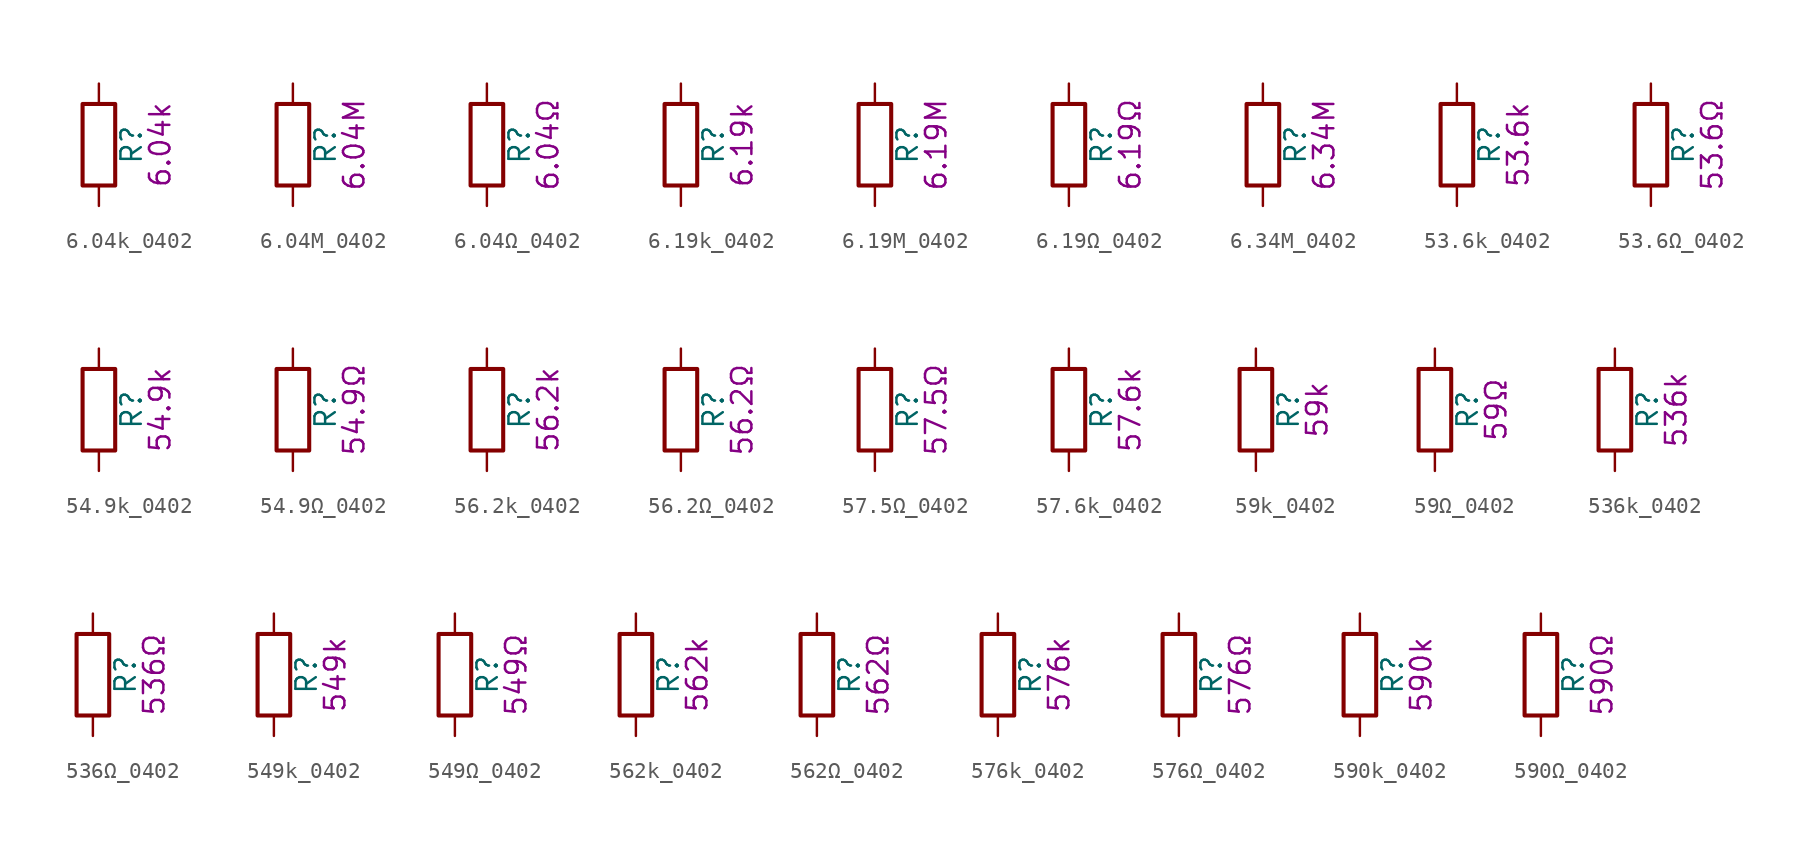
<source format=kicad_sym>
(kicad_symbol_lib
  (version 20211014)
  (generator kicad_symbol_editor)
  (symbol "6.04k_0402"
    (pin_numbers hide)
    (pin_names
      (offset 0))
    (property "Reference" "R"
      (at 2.032 0 90)
      (effects (font (size 1.27 1.27))))
    (property "Display" "6.04k"
      (at 3.81 0 90)
      (effects (font (size 1.27 1.27))))
    (symbol "6.04k_0402_0_1"
      (rectangle (start -1.016 -2.54) (end 1.016 2.54) (stroke (width 0.254) (type default) (color 0 0 0 0)) (fill (type none))))
    (symbol "6.04k_0402_1_1"
      (pin passive line (at 0 3.81 270) (length 1.27) (name "~" (effects (font (size 1.27 1.27)))) (number "1" (effects (font (size 1.27 1.27)))))
      (pin passive line (at 0 -3.81 90) (length 1.27) (name "~" (effects (font (size 1.27 1.27)))) (number "2" (effects (font (size 1.27 1.27)))))))
  (symbol "6.04M_0402"
    (pin_numbers hide)
    (pin_names
      (offset 0))
    (property "Reference" "R"
      (at 2.032 0 90)
      (effects (font (size 1.27 1.27))))
    (property "Display" "6.04M"
      (at 3.81 0 90)
      (effects (font (size 1.27 1.27))))
    (symbol "6.04M_0402_0_1"
      (rectangle (start -1.016 -2.54) (end 1.016 2.54) (stroke (width 0.254) (type default) (color 0 0 0 0)) (fill (type none))))
    (symbol "6.04M_0402_1_1"
      (pin passive line (at 0 3.81 270) (length 1.27) (name "~" (effects (font (size 1.27 1.27)))) (number "1" (effects (font (size 1.27 1.27)))))
      (pin passive line (at 0 -3.81 90) (length 1.27) (name "~" (effects (font (size 1.27 1.27)))) (number "2" (effects (font (size 1.27 1.27)))))))
  (symbol "6.04Ω_0402"
    (pin_numbers hide)
    (pin_names
      (offset 0))
    (property "Reference" "R"
      (at 2.032 0 90)
      (effects (font (size 1.27 1.27))))
    (property "Display" "6.04Ω"
      (at 3.81 0 90)
      (effects (font (size 1.27 1.27))))
    (symbol "6.04Ω_0402_0_1"
      (rectangle (start -1.016 -2.54) (end 1.016 2.54) (stroke (width 0.254) (type default) (color 0 0 0 0)) (fill (type none))))
    (symbol "6.04Ω_0402_1_1"
      (pin passive line (at 0 3.81 270) (length 1.27) (name "~" (effects (font (size 1.27 1.27)))) (number "1" (effects (font (size 1.27 1.27)))))
      (pin passive line (at 0 -3.81 90) (length 1.27) (name "~" (effects (font (size 1.27 1.27)))) (number "2" (effects (font (size 1.27 1.27)))))))
  (symbol "6.19k_0402"
    (pin_numbers hide)
    (pin_names
      (offset 0))
    (property "Reference" "R"
      (at 2.032 0 90)
      (effects (font (size 1.27 1.27))))
    (property "Display" "6.19k"
      (at 3.81 0 90)
      (effects (font (size 1.27 1.27))))
    (symbol "6.19k_0402_0_1"
      (rectangle (start -1.016 -2.54) (end 1.016 2.54) (stroke (width 0.254) (type default) (color 0 0 0 0)) (fill (type none))))
    (symbol "6.19k_0402_1_1"
      (pin passive line (at 0 3.81 270) (length 1.27) (name "~" (effects (font (size 1.27 1.27)))) (number "1" (effects (font (size 1.27 1.27)))))
      (pin passive line (at 0 -3.81 90) (length 1.27) (name "~" (effects (font (size 1.27 1.27)))) (number "2" (effects (font (size 1.27 1.27)))))))
  (symbol "6.19M_0402"
    (pin_numbers hide)
    (pin_names
      (offset 0))
    (property "Reference" "R"
      (at 2.032 0 90)
      (effects (font (size 1.27 1.27))))
    (property "Display" "6.19M"
      (at 3.81 0 90)
      (effects (font (size 1.27 1.27))))
    (symbol "6.19M_0402_0_1"
      (rectangle (start -1.016 -2.54) (end 1.016 2.54) (stroke (width 0.254) (type default) (color 0 0 0 0)) (fill (type none))))
    (symbol "6.19M_0402_1_1"
      (pin passive line (at 0 3.81 270) (length 1.27) (name "~" (effects (font (size 1.27 1.27)))) (number "1" (effects (font (size 1.27 1.27)))))
      (pin passive line (at 0 -3.81 90) (length 1.27) (name "~" (effects (font (size 1.27 1.27)))) (number "2" (effects (font (size 1.27 1.27)))))))
  (symbol "6.19Ω_0402"
    (pin_numbers hide)
    (pin_names
      (offset 0))
    (property "Reference" "R"
      (at 2.032 0 90)
      (effects (font (size 1.27 1.27))))
    (property "Display" "6.19Ω"
      (at 3.81 0 90)
      (effects (font (size 1.27 1.27))))
    (symbol "6.19Ω_0402_0_1"
      (rectangle (start -1.016 -2.54) (end 1.016 2.54) (stroke (width 0.254) (type default) (color 0 0 0 0)) (fill (type none))))
    (symbol "6.19Ω_0402_1_1"
      (pin passive line (at 0 3.81 270) (length 1.27) (name "~" (effects (font (size 1.27 1.27)))) (number "1" (effects (font (size 1.27 1.27)))))
      (pin passive line (at 0 -3.81 90) (length 1.27) (name "~" (effects (font (size 1.27 1.27)))) (number "2" (effects (font (size 1.27 1.27)))))))
  (symbol "6.34M_0402"
    (pin_numbers hide)
    (pin_names
      (offset 0))
    (property "Reference" "R"
      (at 2.032 0 90)
      (effects (font (size 1.27 1.27))))
    (property "Display" "6.34M"
      (at 3.81 0 90)
      (effects (font (size 1.27 1.27))))
    (symbol "6.34M_0402_0_1"
      (rectangle (start -1.016 -2.54) (end 1.016 2.54) (stroke (width 0.254) (type default) (color 0 0 0 0)) (fill (type none))))
    (symbol "6.34M_0402_1_1"
      (pin passive line (at 0 3.81 270) (length 1.27) (name "~" (effects (font (size 1.27 1.27)))) (number "1" (effects (font (size 1.27 1.27)))))
      (pin passive line (at 0 -3.81 90) (length 1.27) (name "~" (effects (font (size 1.27 1.27)))) (number "2" (effects (font (size 1.27 1.27)))))))
  (symbol "53.6k_0402"
    (pin_numbers hide)
    (pin_names
      (offset 0))
    (property "Reference" "R"
      (at 2.032 0 90)
      (effects (font (size 1.27 1.27))))
    (property "Display" "53.6k"
      (at 3.81 0 90)
      (effects (font (size 1.27 1.27))))
    (symbol "53.6k_0402_0_1"
      (rectangle (start -1.016 -2.54) (end 1.016 2.54) (stroke (width 0.254) (type default) (color 0 0 0 0)) (fill (type none))))
    (symbol "53.6k_0402_1_1"
      (pin passive line (at 0 3.81 270) (length 1.27) (name "~" (effects (font (size 1.27 1.27)))) (number "1" (effects (font (size 1.27 1.27)))))
      (pin passive line (at 0 -3.81 90) (length 1.27) (name "~" (effects (font (size 1.27 1.27)))) (number "2" (effects (font (size 1.27 1.27)))))))
  (symbol "53.6Ω_0402"
    (pin_numbers hide)
    (pin_names
      (offset 0))
    (property "Reference" "R"
      (at 2.032 0 90)
      (effects (font (size 1.27 1.27))))
    (property "Display" "53.6Ω"
      (at 3.81 0 90)
      (effects (font (size 1.27 1.27))))
    (symbol "53.6Ω_0402_0_1"
      (rectangle (start -1.016 -2.54) (end 1.016 2.54) (stroke (width 0.254) (type default) (color 0 0 0 0)) (fill (type none))))
    (symbol "53.6Ω_0402_1_1"
      (pin passive line (at 0 3.81 270) (length 1.27) (name "~" (effects (font (size 1.27 1.27)))) (number "1" (effects (font (size 1.27 1.27)))))
      (pin passive line (at 0 -3.81 90) (length 1.27) (name "~" (effects (font (size 1.27 1.27)))) (number "2" (effects (font (size 1.27 1.27)))))))
  (symbol "54.9k_0402"
    (pin_numbers hide)
    (pin_names
      (offset 0))
    (property "Reference" "R"
      (at 2.032 0 90)
      (effects (font (size 1.27 1.27))))
    (property "Display" "54.9k"
      (at 3.81 0 90)
      (effects (font (size 1.27 1.27))))
    (symbol "54.9k_0402_0_1"
      (rectangle (start -1.016 -2.54) (end 1.016 2.54) (stroke (width 0.254) (type default) (color 0 0 0 0)) (fill (type none))))
    (symbol "54.9k_0402_1_1"
      (pin passive line (at 0 3.81 270) (length 1.27) (name "~" (effects (font (size 1.27 1.27)))) (number "1" (effects (font (size 1.27 1.27)))))
      (pin passive line (at 0 -3.81 90) (length 1.27) (name "~" (effects (font (size 1.27 1.27)))) (number "2" (effects (font (size 1.27 1.27)))))))
  (symbol "54.9Ω_0402"
    (pin_numbers hide)
    (pin_names
      (offset 0))
    (property "Reference" "R"
      (at 2.032 0 90)
      (effects (font (size 1.27 1.27))))
    (property "Display" "54.9Ω"
      (at 3.81 0 90)
      (effects (font (size 1.27 1.27))))
    (symbol "54.9Ω_0402_0_1"
      (rectangle (start -1.016 -2.54) (end 1.016 2.54) (stroke (width 0.254) (type default) (color 0 0 0 0)) (fill (type none))))
    (symbol "54.9Ω_0402_1_1"
      (pin passive line (at 0 3.81 270) (length 1.27) (name "~" (effects (font (size 1.27 1.27)))) (number "1" (effects (font (size 1.27 1.27)))))
      (pin passive line (at 0 -3.81 90) (length 1.27) (name "~" (effects (font (size 1.27 1.27)))) (number "2" (effects (font (size 1.27 1.27)))))))
  (symbol "56.2k_0402"
    (pin_numbers hide)
    (pin_names
      (offset 0))
    (property "Reference" "R"
      (at 2.032 0 90)
      (effects (font (size 1.27 1.27))))
    (property "Display" "56.2k"
      (at 3.81 0 90)
      (effects (font (size 1.27 1.27))))
    (symbol "56.2k_0402_0_1"
      (rectangle (start -1.016 -2.54) (end 1.016 2.54) (stroke (width 0.254) (type default) (color 0 0 0 0)) (fill (type none))))
    (symbol "56.2k_0402_1_1"
      (pin passive line (at 0 3.81 270) (length 1.27) (name "~" (effects (font (size 1.27 1.27)))) (number "1" (effects (font (size 1.27 1.27)))))
      (pin passive line (at 0 -3.81 90) (length 1.27) (name "~" (effects (font (size 1.27 1.27)))) (number "2" (effects (font (size 1.27 1.27)))))))
  (symbol "56.2Ω_0402"
    (pin_numbers hide)
    (pin_names
      (offset 0))
    (property "Reference" "R"
      (at 2.032 0 90)
      (effects (font (size 1.27 1.27))))
    (property "Display" "56.2Ω"
      (at 3.81 0 90)
      (effects (font (size 1.27 1.27))))
    (symbol "56.2Ω_0402_0_1"
      (rectangle (start -1.016 -2.54) (end 1.016 2.54) (stroke (width 0.254) (type default) (color 0 0 0 0)) (fill (type none))))
    (symbol "56.2Ω_0402_1_1"
      (pin passive line (at 0 3.81 270) (length 1.27) (name "~" (effects (font (size 1.27 1.27)))) (number "1" (effects (font (size 1.27 1.27)))))
      (pin passive line (at 0 -3.81 90) (length 1.27) (name "~" (effects (font (size 1.27 1.27)))) (number "2" (effects (font (size 1.27 1.27)))))))
  (symbol "57.5Ω_0402"
    (pin_numbers hide)
    (pin_names
      (offset 0))
    (property "Reference" "R"
      (at 2.032 0 90)
      (effects (font (size 1.27 1.27))))
    (property "Display" "57.5Ω"
      (at 3.81 0 90)
      (effects (font (size 1.27 1.27))))
    (symbol "57.5Ω_0402_0_1"
      (rectangle (start -1.016 -2.54) (end 1.016 2.54) (stroke (width 0.254) (type default) (color 0 0 0 0)) (fill (type none))))
    (symbol "57.5Ω_0402_1_1"
      (pin passive line (at 0 3.81 270) (length 1.27) (name "~" (effects (font (size 1.27 1.27)))) (number "1" (effects (font (size 1.27 1.27)))))
      (pin passive line (at 0 -3.81 90) (length 1.27) (name "~" (effects (font (size 1.27 1.27)))) (number "2" (effects (font (size 1.27 1.27)))))))
  (symbol "57.6k_0402"
    (pin_numbers hide)
    (pin_names
      (offset 0))
    (property "Reference" "R"
      (at 2.032 0 90)
      (effects (font (size 1.27 1.27))))
    (property "Display" "57.6k"
      (at 3.81 0 90)
      (effects (font (size 1.27 1.27))))
    (symbol "57.6k_0402_0_1"
      (rectangle (start -1.016 -2.54) (end 1.016 2.54) (stroke (width 0.254) (type default) (color 0 0 0 0)) (fill (type none))))
    (symbol "57.6k_0402_1_1"
      (pin passive line (at 0 3.81 270) (length 1.27) (name "~" (effects (font (size 1.27 1.27)))) (number "1" (effects (font (size 1.27 1.27)))))
      (pin passive line (at 0 -3.81 90) (length 1.27) (name "~" (effects (font (size 1.27 1.27)))) (number "2" (effects (font (size 1.27 1.27)))))))
  (symbol "59k_0402"
    (pin_numbers hide)
    (pin_names
      (offset 0))
    (property "Reference" "R"
      (at 2.032 0 90)
      (effects (font (size 1.27 1.27))))
    (property "Display" "59k"
      (at 3.81 0 90)
      (effects (font (size 1.27 1.27))))
    (symbol "59k_0402_0_1"
      (rectangle (start -1.016 -2.54) (end 1.016 2.54) (stroke (width 0.254) (type default) (color 0 0 0 0)) (fill (type none))))
    (symbol "59k_0402_1_1"
      (pin passive line (at 0 3.81 270) (length 1.27) (name "~" (effects (font (size 1.27 1.27)))) (number "1" (effects (font (size 1.27 1.27)))))
      (pin passive line (at 0 -3.81 90) (length 1.27) (name "~" (effects (font (size 1.27 1.27)))) (number "2" (effects (font (size 1.27 1.27)))))))
  (symbol "59Ω_0402"
    (pin_numbers hide)
    (pin_names
      (offset 0))
    (property "Reference" "R"
      (at 2.032 0 90)
      (effects (font (size 1.27 1.27))))
    (property "Display" "59Ω"
      (at 3.81 0 90)
      (effects (font (size 1.27 1.27))))
    (symbol "59Ω_0402_0_1"
      (rectangle (start -1.016 -2.54) (end 1.016 2.54) (stroke (width 0.254) (type default) (color 0 0 0 0)) (fill (type none))))
    (symbol "59Ω_0402_1_1"
      (pin passive line (at 0 3.81 270) (length 1.27) (name "~" (effects (font (size 1.27 1.27)))) (number "1" (effects (font (size 1.27 1.27)))))
      (pin passive line (at 0 -3.81 90) (length 1.27) (name "~" (effects (font (size 1.27 1.27)))) (number "2" (effects (font (size 1.27 1.27)))))))
  (symbol "536k_0402"
    (pin_numbers hide)
    (pin_names
      (offset 0))
    (property "Reference" "R"
      (at 2.032 0 90)
      (effects (font (size 1.27 1.27))))
    (property "Display" "536k"
      (at 3.81 0 90)
      (effects (font (size 1.27 1.27))))
    (symbol "536k_0402_0_1"
      (rectangle (start -1.016 -2.54) (end 1.016 2.54) (stroke (width 0.254) (type default) (color 0 0 0 0)) (fill (type none))))
    (symbol "536k_0402_1_1"
      (pin passive line (at 0 3.81 270) (length 1.27) (name "~" (effects (font (size 1.27 1.27)))) (number "1" (effects (font (size 1.27 1.27)))))
      (pin passive line (at 0 -3.81 90) (length 1.27) (name "~" (effects (font (size 1.27 1.27)))) (number "2" (effects (font (size 1.27 1.27)))))))
  (symbol "536Ω_0402"
    (pin_numbers hide)
    (pin_names
      (offset 0))
    (property "Reference" "R"
      (at 2.032 0 90)
      (effects (font (size 1.27 1.27))))
    (property "Display" "536Ω"
      (at 3.81 0 90)
      (effects (font (size 1.27 1.27))))
    (symbol "536Ω_0402_0_1"
      (rectangle (start -1.016 -2.54) (end 1.016 2.54) (stroke (width 0.254) (type default) (color 0 0 0 0)) (fill (type none))))
    (symbol "536Ω_0402_1_1"
      (pin passive line (at 0 3.81 270) (length 1.27) (name "~" (effects (font (size 1.27 1.27)))) (number "1" (effects (font (size 1.27 1.27)))))
      (pin passive line (at 0 -3.81 90) (length 1.27) (name "~" (effects (font (size 1.27 1.27)))) (number "2" (effects (font (size 1.27 1.27)))))))
  (symbol "549k_0402"
    (pin_numbers hide)
    (pin_names
      (offset 0))
    (property "Reference" "R"
      (at 2.032 0 90)
      (effects (font (size 1.27 1.27))))
    (property "Display" "549k"
      (at 3.81 0 90)
      (effects (font (size 1.27 1.27))))
    (symbol "549k_0402_0_1"
      (rectangle (start -1.016 -2.54) (end 1.016 2.54) (stroke (width 0.254) (type default) (color 0 0 0 0)) (fill (type none))))
    (symbol "549k_0402_1_1"
      (pin passive line (at 0 3.81 270) (length 1.27) (name "~" (effects (font (size 1.27 1.27)))) (number "1" (effects (font (size 1.27 1.27)))))
      (pin passive line (at 0 -3.81 90) (length 1.27) (name "~" (effects (font (size 1.27 1.27)))) (number "2" (effects (font (size 1.27 1.27)))))))
  (symbol "549Ω_0402"
    (pin_numbers hide)
    (pin_names
      (offset 0))
    (property "Reference" "R"
      (at 2.032 0 90)
      (effects (font (size 1.27 1.27))))
    (property "Display" "549Ω"
      (at 3.81 0 90)
      (effects (font (size 1.27 1.27))))
    (symbol "549Ω_0402_0_1"
      (rectangle (start -1.016 -2.54) (end 1.016 2.54) (stroke (width 0.254) (type default) (color 0 0 0 0)) (fill (type none))))
    (symbol "549Ω_0402_1_1"
      (pin passive line (at 0 3.81 270) (length 1.27) (name "~" (effects (font (size 1.27 1.27)))) (number "1" (effects (font (size 1.27 1.27)))))
      (pin passive line (at 0 -3.81 90) (length 1.27) (name "~" (effects (font (size 1.27 1.27)))) (number "2" (effects (font (size 1.27 1.27)))))))
  (symbol "562k_0402"
    (pin_numbers hide)
    (pin_names
      (offset 0))
    (property "Reference" "R"
      (at 2.032 0 90)
      (effects (font (size 1.27 1.27))))
    (property "Display" "562k"
      (at 3.81 0 90)
      (effects (font (size 1.27 1.27))))
    (symbol "562k_0402_0_1"
      (rectangle (start -1.016 -2.54) (end 1.016 2.54) (stroke (width 0.254) (type default) (color 0 0 0 0)) (fill (type none))))
    (symbol "562k_0402_1_1"
      (pin passive line (at 0 3.81 270) (length 1.27) (name "~" (effects (font (size 1.27 1.27)))) (number "1" (effects (font (size 1.27 1.27)))))
      (pin passive line (at 0 -3.81 90) (length 1.27) (name "~" (effects (font (size 1.27 1.27)))) (number "2" (effects (font (size 1.27 1.27)))))))
  (symbol "562Ω_0402"
    (pin_numbers hide)
    (pin_names
      (offset 0))
    (property "Reference" "R"
      (at 2.032 0 90)
      (effects (font (size 1.27 1.27))))
    (property "Display" "562Ω"
      (at 3.81 0 90)
      (effects (font (size 1.27 1.27))))
    (symbol "562Ω_0402_0_1"
      (rectangle (start -1.016 -2.54) (end 1.016 2.54) (stroke (width 0.254) (type default) (color 0 0 0 0)) (fill (type none))))
    (symbol "562Ω_0402_1_1"
      (pin passive line (at 0 3.81 270) (length 1.27) (name "~" (effects (font (size 1.27 1.27)))) (number "1" (effects (font (size 1.27 1.27)))))
      (pin passive line (at 0 -3.81 90) (length 1.27) (name "~" (effects (font (size 1.27 1.27)))) (number "2" (effects (font (size 1.27 1.27)))))))
  (symbol "576k_0402"
    (pin_numbers hide)
    (pin_names
      (offset 0))
    (property "Reference" "R"
      (at 2.032 0 90)
      (effects (font (size 1.27 1.27))))
    (property "Display" "576k"
      (at 3.81 0 90)
      (effects (font (size 1.27 1.27))))
    (symbol "576k_0402_0_1"
      (rectangle (start -1.016 -2.54) (end 1.016 2.54) (stroke (width 0.254) (type default) (color 0 0 0 0)) (fill (type none))))
    (symbol "576k_0402_1_1"
      (pin passive line (at 0 3.81 270) (length 1.27) (name "~" (effects (font (size 1.27 1.27)))) (number "1" (effects (font (size 1.27 1.27)))))
      (pin passive line (at 0 -3.81 90) (length 1.27) (name "~" (effects (font (size 1.27 1.27)))) (number "2" (effects (font (size 1.27 1.27)))))))
  (symbol "576Ω_0402"
    (pin_numbers hide)
    (pin_names
      (offset 0))
    (property "Reference" "R"
      (at 2.032 0 90)
      (effects (font (size 1.27 1.27))))
    (property "Display" "576Ω"
      (at 3.81 0 90)
      (effects (font (size 1.27 1.27))))
    (symbol "576Ω_0402_0_1"
      (rectangle (start -1.016 -2.54) (end 1.016 2.54) (stroke (width 0.254) (type default) (color 0 0 0 0)) (fill (type none))))
    (symbol "576Ω_0402_1_1"
      (pin passive line (at 0 3.81 270) (length 1.27) (name "~" (effects (font (size 1.27 1.27)))) (number "1" (effects (font (size 1.27 1.27)))))
      (pin passive line (at 0 -3.81 90) (length 1.27) (name "~" (effects (font (size 1.27 1.27)))) (number "2" (effects (font (size 1.27 1.27)))))))
  (symbol "590k_0402"
    (pin_numbers hide)
    (pin_names
      (offset 0))
    (property "Reference" "R"
      (at 2.032 0 90)
      (effects (font (size 1.27 1.27))))
    (property "Display" "590k"
      (at 3.81 0 90)
      (effects (font (size 1.27 1.27))))
    (symbol "590k_0402_0_1"
      (rectangle (start -1.016 -2.54) (end 1.016 2.54) (stroke (width 0.254) (type default) (color 0 0 0 0)) (fill (type none))))
    (symbol "590k_0402_1_1"
      (pin passive line (at 0 3.81 270) (length 1.27) (name "~" (effects (font (size 1.27 1.27)))) (number "1" (effects (font (size 1.27 1.27)))))
      (pin passive line (at 0 -3.81 90) (length 1.27) (name "~" (effects (font (size 1.27 1.27)))) (number "2" (effects (font (size 1.27 1.27)))))))
  (symbol "590Ω_0402"
    (pin_numbers hide)
    (pin_names
      (offset 0))
    (property "Reference" "R"
      (at 2.032 0 90)
      (effects (font (size 1.27 1.27))))
    (property "Display" "590Ω"
      (at 3.81 0 90)
      (effects (font (size 1.27 1.27))))
    (symbol "590Ω_0402_0_1"
      (rectangle (start -1.016 -2.54) (end 1.016 2.54) (stroke (width 0.254) (type default) (color 0 0 0 0)) (fill (type none))))
    (symbol "590Ω_0402_1_1"
      (pin passive line (at 0 3.81 270) (length 1.27) (name "~" (effects (font (size 1.27 1.27)))) (number "1" (effects (font (size 1.27 1.27)))))
      (pin passive line (at 0 -3.81 90) (length 1.27) (name "~" (effects (font (size 1.27 1.27)))) (number "2" (effects (font (size 1.27 1.27))))))))
</source>
